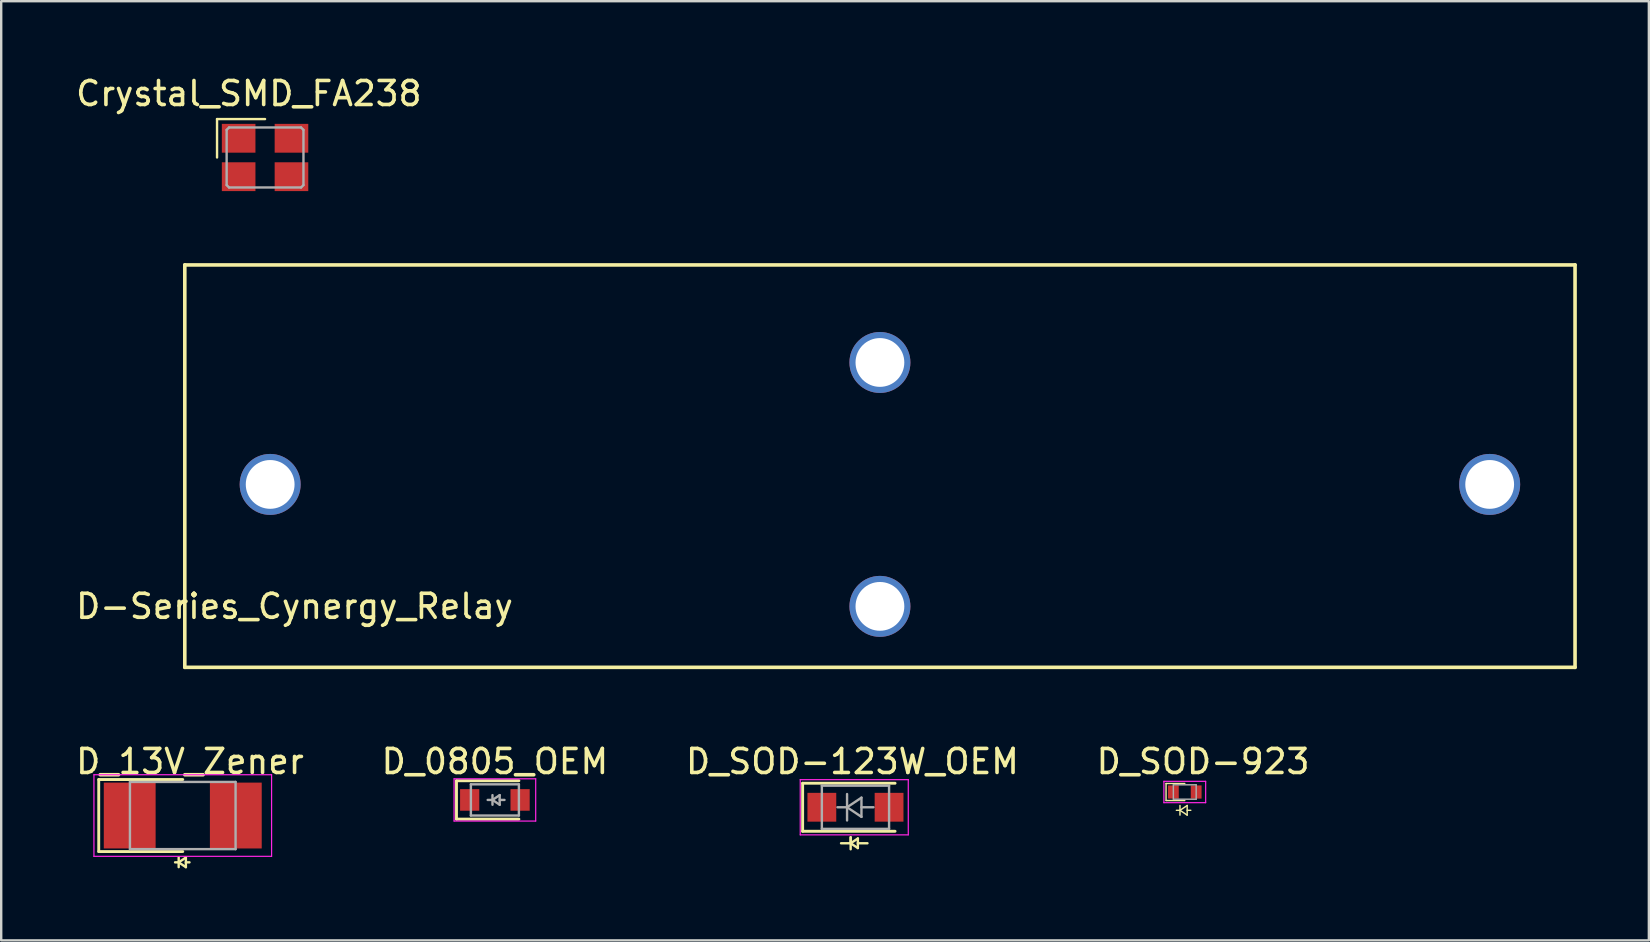
<source format=kicad_pcb>
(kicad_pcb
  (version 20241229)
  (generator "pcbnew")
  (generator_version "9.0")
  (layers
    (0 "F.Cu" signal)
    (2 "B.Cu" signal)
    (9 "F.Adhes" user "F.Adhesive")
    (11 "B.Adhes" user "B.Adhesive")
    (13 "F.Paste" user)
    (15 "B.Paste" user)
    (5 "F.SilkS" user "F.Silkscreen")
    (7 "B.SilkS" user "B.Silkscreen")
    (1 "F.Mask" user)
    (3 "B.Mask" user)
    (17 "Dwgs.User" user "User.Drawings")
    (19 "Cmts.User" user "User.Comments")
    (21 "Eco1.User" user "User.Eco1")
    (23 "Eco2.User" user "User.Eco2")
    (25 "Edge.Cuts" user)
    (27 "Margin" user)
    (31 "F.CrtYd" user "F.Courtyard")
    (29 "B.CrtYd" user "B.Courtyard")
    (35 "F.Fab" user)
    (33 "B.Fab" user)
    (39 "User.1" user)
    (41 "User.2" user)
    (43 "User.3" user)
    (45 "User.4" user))
  (footprint "D_13V_Zener"
    (layer "F.Cu")
    (at 4.563 30.922)
    (property "Reference" "D_13V_Zener" (at 0.3 -2.25 0) (layer "F.SilkS") (effects (font (size 1 1) (thickness 0.15))))
    (attr smd)
    (fp_line (start -3.5 -1.5) (end -3.5 1.5) (stroke (width 0.12) (type solid)) (layer "F.SilkS"))
    (fp_line (start -3.5 -1.5) (end 0 -1.5) (stroke (width 0.12) (type solid)) (layer "F.SilkS"))
    (fp_line (start -3.5 1.5) (end 0 1.5) (stroke (width 0.12) (type solid)) (layer "F.SilkS"))
    (fp_line (start -0.17 1.95) (end -0.32 1.95) (stroke (width 0.1) (type solid)) (layer "F.SilkS"))
    (fp_line (start -0.17 1.95) (end 0.13 2.15) (stroke (width 0.1) (type solid)) (layer "F.SilkS"))
    (fp_line (start -0.17 2.15) (end -0.17 1.75) (stroke (width 0.1) (type solid)) (layer "F.SilkS"))
    (fp_line (start 0.13 1.75) (end -0.17 1.95) (stroke (width 0.1) (type solid)) (layer "F.SilkS"))
    (fp_line (start 0.13 1.95) (end 0.28 1.95) (stroke (width 0.1) (type solid)) (layer "F.SilkS"))
    (fp_line (start 0.13 2.15) (end 0.13 1.75) (stroke (width 0.1) (type solid)) (layer "F.SilkS"))
    (fp_line (start -3.7 -1.7) (end 3.7 -1.7) (stroke (width 0.05) (type solid)) (layer "F.CrtYd"))
    (fp_line (start -3.7 1.7) (end -3.7 -1.7) (stroke (width 0.05) (type solid)) (layer "F.CrtYd"))
    (fp_line (start -3.7 1.7) (end 3.7 1.7) (stroke (width 0.05) (type solid)) (layer "F.CrtYd"))
    (fp_line (start 3.7 -1.7) (end 3.7 1.7) (stroke (width 0.05) (type solid)) (layer "F.CrtYd"))
    (fp_line (start -2.2 -1.4) (end 2.2 -1.4) (stroke (width 0.1) (type solid)) (layer "F.Fab"))
    (fp_line (start -2.2 1.4) (end -2.2 -1.4) (stroke (width 0.1) (type solid)) (layer "F.Fab"))
    (fp_line (start 2.2 -1.4) (end 2.2 1.4) (stroke (width 0.1) (type solid)) (layer "F.Fab"))
    (fp_line (start 2.2 1.4) (end -2.2 1.4) (stroke (width 0.1) (type solid)) (layer "F.Fab"))
    (pad "1" smd rect (at -2.21 0 180) (size 2.159 2.743) (layers "F.Cu" "F.Mask" "F.Paste"))
    (pad "2" smd rect (at 2.21 0 180) (size 2.159 2.743) (layers "F.Cu" "F.Mask" "F.Paste")))
  (footprint "D_SOD-923"
    (layer "F.Cu")
    (at 46.303 29.942)
    (property "Reference" "D_SOD-923" (at 0.762 -1.27 0) (layer "F.SilkS") (effects (font (size 1 1) (thickness 0.15))))
    (attr smd)
    (fp_line (start -0.78 -0.355) (end -0.78 0.355) (stroke (width 0.06) (type solid)) (layer "F.SilkS"))
    (fp_line (start -0.78 -0.355) (end 0 -0.355) (stroke (width 0.06) (type solid)) (layer "F.SilkS"))
    (fp_line (start -0.78 0.355) (end 0 0.355) (stroke (width 0.06) (type solid)) (layer "F.SilkS"))
    (fp_line (start -0.2 0.762) (end -0.35 0.762) (stroke (width 0.06) (type solid)) (layer "F.SilkS"))
    (fp_line (start -0.2 0.762) (end 0.1 0.962) (stroke (width 0.06) (type solid)) (layer "F.SilkS"))
    (fp_line (start -0.2 0.962) (end -0.2 0.562) (stroke (width 0.06) (type solid)) (layer "F.SilkS"))
    (fp_line (start 0.1 0.562) (end -0.2 0.762) (stroke (width 0.06) (type solid)) (layer "F.SilkS"))
    (fp_line (start 0.1 0.762) (end 0.25 0.762) (stroke (width 0.06) (type solid)) (layer "F.SilkS"))
    (fp_line (start 0.1 0.962) (end 0.1 0.562) (stroke (width 0.06) (type solid)) (layer "F.SilkS"))
    (fp_line (start -0.87 -0.445) (end -0.87 0.445) (stroke (width 0.05) (type solid)) (layer "F.CrtYd"))
    (fp_line (start -0.87 -0.445) (end 0.87 -0.445) (stroke (width 0.05) (type solid)) (layer "F.CrtYd"))
    (fp_line (start 0.87 -0.445) (end 0.87 0.445) (stroke (width 0.05) (type solid)) (layer "F.CrtYd"))
    (fp_line (start 0.87 0.445) (end -0.87 0.445) (stroke (width 0.05) (type solid)) (layer "F.CrtYd"))
    (fp_line (start -0.475 -0.3) (end 0.475 -0.3) (stroke (width 0.06) (type solid)) (layer "F.Fab"))
    (fp_line (start -0.475 0.3) (end -0.475 -0.3) (stroke (width 0.06) (type solid)) (layer "F.Fab"))
    (fp_line (start 0.475 0.3) (end -0.475 0.3) (stroke (width 0.06) (type solid)) (layer "F.Fab"))
    (fp_line (start 0.475 0.3) (end 0.475 -0.3) (stroke (width 0.06) (type solid)) (layer "F.Fab"))
    (pad "1" smd rect (at -0.475 0) (size 0.45 0.55) (layers "F.Cu" "F.Mask" "F.Paste"))
    (pad "2" smd rect (at 0.475 0) (size 0.45 0.55) (layers "F.Cu" "F.Mask" "F.Paste")))
  (footprint "D_0805_OEM"
    (layer "F.Cu")
    (at 17.565 30.272)
    (property "Reference" "D_0805_OEM" (at 0 -1.6 0) (layer "F.SilkS") (effects (font (size 1 1) (thickness 0.15))))
    (attr smd)
    (fp_line (start -1.6 -0.8) (end -1.6 0.8) (stroke (width 0.12) (type solid)) (layer "F.SilkS"))
    (fp_line (start -1.6 -0.8) (end 1 -0.8) (stroke (width 0.12) (type solid)) (layer "F.SilkS"))
    (fp_line (start -1.6 0.8) (end 1 0.8) (stroke (width 0.12) (type solid)) (layer "F.SilkS"))
    (fp_line (start -1.7 -0.88) (end 1.7 -0.88) (stroke (width 0.05) (type solid)) (layer "F.CrtYd"))
    (fp_line (start -1.7 0.88) (end -1.7 -0.88) (stroke (width 0.05) (type solid)) (layer "F.CrtYd"))
    (fp_line (start 1.7 -0.88) (end 1.7 0.88) (stroke (width 0.05) (type solid)) (layer "F.CrtYd"))
    (fp_line (start 1.7 0.88) (end -1.7 0.88) (stroke (width 0.05) (type solid)) (layer "F.CrtYd"))
    (fp_line (start -1 -0.65) (end 1 -0.65) (stroke (width 0.1) (type solid)) (layer "F.Fab"))
    (fp_line (start -1 0.65) (end -1 -0.65) (stroke (width 0.1) (type solid)) (layer "F.Fab"))
    (fp_line (start -0.1 -0.2) (end -0.1 0.2) (stroke (width 0.1) (type solid)) (layer "F.Fab"))
    (fp_line (start -0.1 0) (end -0.3 0) (stroke (width 0.1) (type solid)) (layer "F.Fab"))
    (fp_line (start -0.1 0) (end 0.2 0.2) (stroke (width 0.1) (type solid)) (layer "F.Fab"))
    (fp_line (start 0.2 -0.2) (end -0.1 0) (stroke (width 0.1) (type solid)) (layer "F.Fab"))
    (fp_line (start 0.2 0) (end 0.4 0) (stroke (width 0.1) (type solid)) (layer "F.Fab"))
    (fp_line (start 0.2 0.2) (end 0.2 -0.2) (stroke (width 0.1) (type solid)) (layer "F.Fab"))
    (fp_line (start 1 -0.65) (end 1 0.65) (stroke (width 0.1) (type solid)) (layer "F.Fab"))
    (fp_line (start 1 0.65) (end -1 0.65) (stroke (width 0.1) (type solid)) (layer "F.Fab"))
    (pad "1" smd rect (at -1.05 0) (size 0.8 0.9) (layers "F.Cu" "F.Mask" "F.Paste"))
    (pad "2" smd rect (at 1.05 0) (size 0.8 0.9) (layers "F.Cu" "F.Mask" "F.Paste")))
  (footprint "D-Series_Cynergy_Relay"
    (layer "F.Cu")
    (at 8.204 17.129)
    (property "Reference" "D-Series_Cynergy_Relay" (at 1.016 5.08 0) (layer "F.SilkS") (effects (font (size 1 1) (thickness 0.15))))
    (attr through_hole)
    (fp_line (start -3.556 -9.144) (end 54.356 -9.144) (stroke (width 0.15) (type solid)) (layer "F.SilkS"))
    (fp_line (start -3.556 7.62) (end -3.556 -9.144) (stroke (width 0.15) (type solid)) (layer "F.SilkS"))
    (fp_line (start 54.356 -9.144) (end 54.356 7.62) (stroke (width 0.15) (type solid)) (layer "F.SilkS"))
    (fp_line (start 54.356 7.62) (end -3.556 7.62) (stroke (width 0.15) (type solid)) (layer "F.SilkS"))
    (pad "1" thru_hole circle (at 0 0) (size 2.54 2.54) (drill 2.032) (layers "*.Cu" "*.Mask"))
    (pad "2" thru_hole circle (at 50.8 0) (size 2.54 2.54) (drill 2.032) (layers "*.Cu" "*.Mask"))
    (pad "3" thru_hole circle (at 25.4 -5.08) (size 2.54 2.54) (drill 2.032) (layers "*.Cu" "*.Mask"))
    (pad "4" thru_hole circle (at 25.4 5.08) (size 2.54 2.54) (drill 2.032) (layers "*.Cu" "*.Mask")))
  (footprint "D_SOD-123W_OEM"
    (layer "F.Cu")
    (at 32.585 30.577)
    (property "Reference" "D_SOD-123W_OEM" (at -0.127 -1.905 0) (layer "F.SilkS") (effects (font (size 1 1) (thickness 0.15))))
    (attr smd)
    (fp_line (start -2.2 -1) (end -2.2 1) (stroke (width 0.12) (type solid)) (layer "F.SilkS"))
    (fp_line (start -2.2 -1) (end 1.65 -1) (stroke (width 0.12) (type solid)) (layer "F.SilkS"))
    (fp_line (start -2.2 1) (end 1.65 1) (stroke (width 0.12) (type solid)) (layer "F.SilkS"))
    (fp_line (start -0.6 1.5) (end -0.2 1.5) (stroke (width 0.1) (type solid)) (layer "F.SilkS"))
    (fp_line (start -0.2 1.25) (end -0.2 1.75) (stroke (width 0.1) (type solid)) (layer "F.SilkS"))
    (fp_line (start -0.2 1.5) (end -0.2 1.25) (stroke (width 0.1) (type solid)) (layer "F.SilkS"))
    (fp_line (start -0.2 1.5) (end 0.1 1.3) (stroke (width 0.1) (type solid)) (layer "F.SilkS"))
    (fp_line (start 0.1 1.3) (end 0.1 1.7) (stroke (width 0.1) (type solid)) (layer "F.SilkS"))
    (fp_line (start 0.1 1.5) (end 0.5 1.5) (stroke (width 0.1) (type solid)) (layer "F.SilkS"))
    (fp_line (start 0.1 1.7) (end -0.2 1.5) (stroke (width 0.1) (type solid)) (layer "F.SilkS"))
    (fp_line (start -2.3 -1.15) (end -2.3 1.15) (stroke (width 0.05) (type solid)) (layer "F.CrtYd"))
    (fp_line (start -2.3 -1.15) (end 2.2 -1.15) (stroke (width 0.05) (type solid)) (layer "F.CrtYd"))
    (fp_line (start 2.2 -1.15) (end 2.2 1.15) (stroke (width 0.05) (type solid)) (layer "F.CrtYd"))
    (fp_line (start 2.2 1.15) (end -2.3 1.15) (stroke (width 0.05) (type solid)) (layer "F.CrtYd"))
    (fp_line (start -1.4 -0.9) (end 1.4 -0.9) (stroke (width 0.1) (type solid)) (layer "F.Fab"))
    (fp_line (start -1.4 0.9) (end -1.4 -0.9) (stroke (width 0.1) (type solid)) (layer "F.Fab"))
    (fp_line (start -0.75 0) (end -0.35 0) (stroke (width 0.1) (type solid)) (layer "F.Fab"))
    (fp_line (start -0.35 0) (end -0.35 -0.55) (stroke (width 0.1) (type solid)) (layer "F.Fab"))
    (fp_line (start -0.35 0) (end -0.35 0.55) (stroke (width 0.1) (type solid)) (layer "F.Fab"))
    (fp_line (start -0.35 0) (end 0.25 -0.4) (stroke (width 0.1) (type solid)) (layer "F.Fab"))
    (fp_line (start 0.25 -0.4) (end 0.25 0.4) (stroke (width 0.1) (type solid)) (layer "F.Fab"))
    (fp_line (start 0.25 0) (end 0.75 0) (stroke (width 0.1) (type solid)) (layer "F.Fab"))
    (fp_line (start 0.25 0.4) (end -0.35 0) (stroke (width 0.1) (type solid)) (layer "F.Fab"))
    (fp_line (start 1.4 -0.9) (end 1.4 0.9) (stroke (width 0.1) (type solid)) (layer "F.Fab"))
    (fp_line (start 1.4 0.9) (end -1.4 0.9) (stroke (width 0.1) (type solid)) (layer "F.Fab"))
    (pad "1" smd rect (at -1.4 0) (size 1.2 1.2) (layers "F.Cu" "F.Mask" "F.Paste"))
    (pad "2" smd rect (at 1.4 0) (size 1.2 1.2) (layers "F.Cu" "F.Mask" "F.Paste")))
  (footprint "Crystal_SMD_FA238"
    (layer "F.Cu")
    (at 7.991 3.51)
    (property "Reference" "Crystal_SMD_FA238" (at -0.676 -2.662 0) (layer "F.SilkS") (effects (font (size 1 1) (thickness 0.15))))
    (attr smd)
    (fp_line (start -2 -1.6) (end -2 0) (stroke (width 0.1) (type solid)) (layer "F.SilkS"))
    (fp_line (start -2 -1.6) (end 0 -1.6) (stroke (width 0.1) (type solid)) (layer "F.SilkS"))
    (fp_line (start -1.6 -1.15) (end -1.5 -1.25) (stroke (width 0.1) (type solid)) (layer "F.Fab"))
    (fp_line (start -1.6 1.15) (end -1.6 -1.15) (stroke (width 0.1) (type solid)) (layer "F.Fab"))
    (fp_line (start -1.5 -1.25) (end 1.5 -1.25) (stroke (width 0.1) (type solid)) (layer "F.Fab"))
    (fp_line (start -1.5 1.25) (end -1.6 1.15) (stroke (width 0.1) (type solid)) (layer "F.Fab"))
    (fp_line (start 1.5 -1.25) (end 1.6 -1.15) (stroke (width 0.1) (type solid)) (layer "F.Fab"))
    (fp_line (start 1.5 1.25) (end -1.5 1.25) (stroke (width 0.1) (type solid)) (layer "F.Fab"))
    (fp_line (start 1.6 -1.15) (end 1.6 1.15) (stroke (width 0.1) (type solid)) (layer "F.Fab"))
    (fp_line (start 1.6 1.15) (end 1.5 1.25) (stroke (width 0.1) (type solid)) (layer "F.Fab"))
    (pad "1" smd rect (at -1.1 0.8) (size 1.4 1.2) (layers "F.Cu" "F.Mask"))
    (pad "2" smd rect (at 1.1 0.8) (size 1.4 1.2) (layers "F.Cu" "F.Mask"))
    (pad "3" smd rect (at 1.1 -0.8) (size 1.4 1.2) (layers "F.Cu" "F.Mask"))
    (pad "4" smd rect (at -1.1 -0.8) (size 1.4 1.2) (layers "F.Cu" "F.Mask")))
  (gr_rect
    (start -3 -3)
    (end 65.635 36.122)
    (stroke (width 0.1) (type default))
    (fill no)
    (layer "Edge.Cuts")))
</source>
